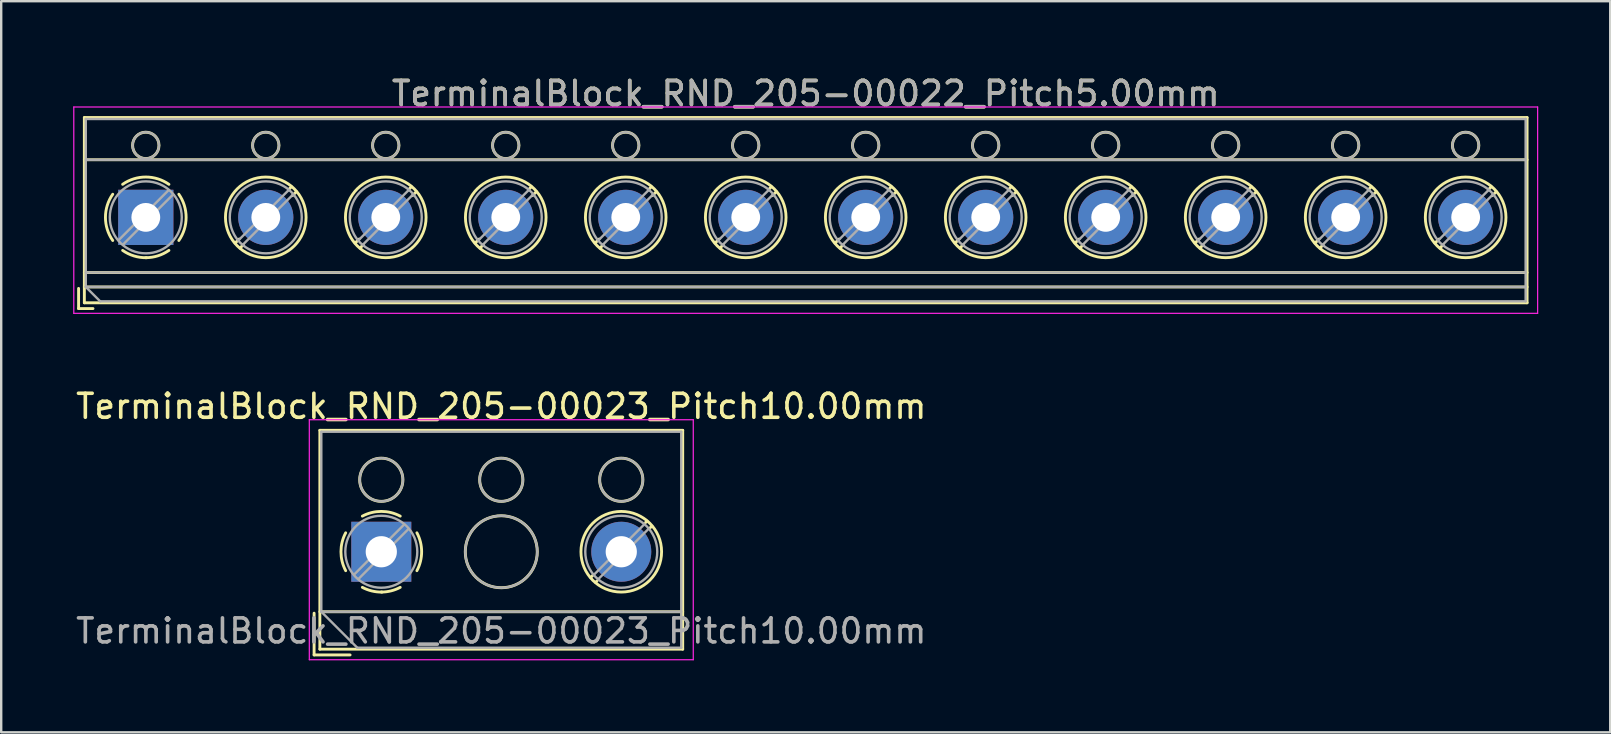
<source format=kicad_pcb>
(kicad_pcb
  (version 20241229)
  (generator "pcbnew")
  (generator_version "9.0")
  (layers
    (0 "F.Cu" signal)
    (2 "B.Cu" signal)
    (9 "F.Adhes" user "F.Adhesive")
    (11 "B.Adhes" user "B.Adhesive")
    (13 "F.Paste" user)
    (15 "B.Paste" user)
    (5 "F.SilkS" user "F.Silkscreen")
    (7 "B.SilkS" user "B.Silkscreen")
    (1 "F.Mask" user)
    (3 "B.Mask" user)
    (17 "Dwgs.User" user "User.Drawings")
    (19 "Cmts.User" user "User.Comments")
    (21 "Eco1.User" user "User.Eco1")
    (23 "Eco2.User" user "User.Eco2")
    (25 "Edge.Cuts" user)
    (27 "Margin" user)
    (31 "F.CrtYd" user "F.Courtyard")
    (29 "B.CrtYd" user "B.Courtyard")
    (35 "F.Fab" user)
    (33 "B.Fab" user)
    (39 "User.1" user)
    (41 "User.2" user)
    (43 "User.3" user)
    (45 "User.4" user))
  (footprint "TerminalBlock_RND_205-00022_Pitch5.00mm"
    (layer "F.Cu")
    (at 3.025 6.008)
    (property "Reference" "TerminalBlock_RND_205-00022_Pitch5.00mm" (at 27.5 -5.16 0) (layer "F.SilkS") (effects (font (size 1 1) (thickness 0.15))))
    (attr through_hole)
    (fp_line (start -2.8 2.96) (end -2.8 3.8) (stroke (width 0.12) (type solid)) (layer "F.SilkS"))
    (fp_line (start -2.8 3.8) (end -2.2 3.8) (stroke (width 0.12) (type solid)) (layer "F.SilkS"))
    (fp_line (start -2.56 -4.16) (end -2.56 3.56) (stroke (width 0.12) (type solid)) (layer "F.SilkS"))
    (fp_line (start -2.56 -2.4) (end 57.56 -2.4) (stroke (width 0.12) (type solid)) (layer "F.SilkS"))
    (fp_line (start -2.56 2.3) (end 57.56 2.3) (stroke (width 0.12) (type solid)) (layer "F.SilkS"))
    (fp_line (start -2.56 2.9) (end 57.56 2.9) (stroke (width 0.12) (type solid)) (layer "F.SilkS"))
    (fp_line (start -2.56 3.56) (end 57.56 3.56) (stroke (width 0.12) (type solid)) (layer "F.SilkS"))
    (fp_line (start 3.89 0.905) (end 3.726 1.069) (stroke (width 0.12) (type solid)) (layer "F.SilkS"))
    (fp_line (start 4.06 1.146) (end 3.931 1.274) (stroke (width 0.12) (type solid)) (layer "F.SilkS"))
    (fp_line (start 6.07 -1.275) (end 5.941 -1.146) (stroke (width 0.12) (type solid)) (layer "F.SilkS"))
    (fp_line (start 6.275 -1.069) (end 6.111 -0.905) (stroke (width 0.12) (type solid)) (layer "F.SilkS"))
    (fp_line (start 8.89 0.905) (end 8.726 1.069) (stroke (width 0.12) (type solid)) (layer "F.SilkS"))
    (fp_line (start 9.06 1.146) (end 8.931 1.274) (stroke (width 0.12) (type solid)) (layer "F.SilkS"))
    (fp_line (start 11.07 -1.275) (end 10.941 -1.146) (stroke (width 0.12) (type solid)) (layer "F.SilkS"))
    (fp_line (start 11.275 -1.069) (end 11.111 -0.905) (stroke (width 0.12) (type solid)) (layer "F.SilkS"))
    (fp_line (start 13.89 0.905) (end 13.726 1.069) (stroke (width 0.12) (type solid)) (layer "F.SilkS"))
    (fp_line (start 14.06 1.146) (end 13.931 1.274) (stroke (width 0.12) (type solid)) (layer "F.SilkS"))
    (fp_line (start 16.07 -1.275) (end 15.941 -1.146) (stroke (width 0.12) (type solid)) (layer "F.SilkS"))
    (fp_line (start 16.275 -1.069) (end 16.111 -0.905) (stroke (width 0.12) (type solid)) (layer "F.SilkS"))
    (fp_line (start 18.89 0.905) (end 18.726 1.069) (stroke (width 0.12) (type solid)) (layer "F.SilkS"))
    (fp_line (start 19.06 1.146) (end 18.931 1.274) (stroke (width 0.12) (type solid)) (layer "F.SilkS"))
    (fp_line (start 21.07 -1.275) (end 20.941 -1.146) (stroke (width 0.12) (type solid)) (layer "F.SilkS"))
    (fp_line (start 21.275 -1.069) (end 21.111 -0.905) (stroke (width 0.12) (type solid)) (layer "F.SilkS"))
    (fp_line (start 23.89 0.905) (end 23.726 1.069) (stroke (width 0.12) (type solid)) (layer "F.SilkS"))
    (fp_line (start 24.06 1.146) (end 23.931 1.274) (stroke (width 0.12) (type solid)) (layer "F.SilkS"))
    (fp_line (start 26.07 -1.275) (end 25.941 -1.146) (stroke (width 0.12) (type solid)) (layer "F.SilkS"))
    (fp_line (start 26.275 -1.069) (end 26.111 -0.905) (stroke (width 0.12) (type solid)) (layer "F.SilkS"))
    (fp_line (start 28.89 0.905) (end 28.726 1.069) (stroke (width 0.12) (type solid)) (layer "F.SilkS"))
    (fp_line (start 29.06 1.146) (end 28.931 1.274) (stroke (width 0.12) (type solid)) (layer "F.SilkS"))
    (fp_line (start 31.07 -1.275) (end 30.941 -1.146) (stroke (width 0.12) (type solid)) (layer "F.SilkS"))
    (fp_line (start 31.275 -1.069) (end 31.111 -0.905) (stroke (width 0.12) (type solid)) (layer "F.SilkS"))
    (fp_line (start 33.89 0.905) (end 33.726 1.069) (stroke (width 0.12) (type solid)) (layer "F.SilkS"))
    (fp_line (start 34.06 1.146) (end 33.931 1.274) (stroke (width 0.12) (type solid)) (layer "F.SilkS"))
    (fp_line (start 36.07 -1.275) (end 35.941 -1.146) (stroke (width 0.12) (type solid)) (layer "F.SilkS"))
    (fp_line (start 36.275 -1.069) (end 36.111 -0.905) (stroke (width 0.12) (type solid)) (layer "F.SilkS"))
    (fp_line (start 38.89 0.905) (end 38.726 1.069) (stroke (width 0.12) (type solid)) (layer "F.SilkS"))
    (fp_line (start 39.06 1.146) (end 38.931 1.274) (stroke (width 0.12) (type solid)) (layer "F.SilkS"))
    (fp_line (start 41.07 -1.275) (end 40.941 -1.146) (stroke (width 0.12) (type solid)) (layer "F.SilkS"))
    (fp_line (start 41.275 -1.069) (end 41.111 -0.905) (stroke (width 0.12) (type solid)) (layer "F.SilkS"))
    (fp_line (start 43.89 0.905) (end 43.726 1.069) (stroke (width 0.12) (type solid)) (layer "F.SilkS"))
    (fp_line (start 44.06 1.146) (end 43.931 1.274) (stroke (width 0.12) (type solid)) (layer "F.SilkS"))
    (fp_line (start 46.07 -1.275) (end 45.941 -1.146) (stroke (width 0.12) (type solid)) (layer "F.SilkS"))
    (fp_line (start 46.275 -1.069) (end 46.111 -0.905) (stroke (width 0.12) (type solid)) (layer "F.SilkS"))
    (fp_line (start 48.89 0.905) (end 48.726 1.069) (stroke (width 0.12) (type solid)) (layer "F.SilkS"))
    (fp_line (start 49.06 1.146) (end 48.931 1.274) (stroke (width 0.12) (type solid)) (layer "F.SilkS"))
    (fp_line (start 51.07 -1.275) (end 50.941 -1.146) (stroke (width 0.12) (type solid)) (layer "F.SilkS"))
    (fp_line (start 51.275 -1.069) (end 51.111 -0.905) (stroke (width 0.12) (type solid)) (layer "F.SilkS"))
    (fp_line (start 53.89 0.905) (end 53.726 1.069) (stroke (width 0.12) (type solid)) (layer "F.SilkS"))
    (fp_line (start 54.06 1.146) (end 53.931 1.274) (stroke (width 0.12) (type solid)) (layer "F.SilkS"))
    (fp_line (start 56.07 -1.275) (end 55.941 -1.146) (stroke (width 0.12) (type solid)) (layer "F.SilkS"))
    (fp_line (start 56.275 -1.069) (end 56.111 -0.905) (stroke (width 0.12) (type solid)) (layer "F.SilkS"))
    (fp_line (start 57.56 -4.16) (end -2.56 -4.16) (stroke (width 0.12) (type solid)) (layer "F.SilkS"))
    (fp_line (start 57.56 3.56) (end 57.56 -4.16) (stroke (width 0.12) (type solid)) (layer "F.SilkS"))
    (fp_arc (start -1.376825 0.964249) (mid -1.6809 0.000152) (end -1.377 -0.964) (stroke (width 0.12) (type solid)) (layer "F.SilkS"))
    (fp_arc (start -0.964249 -1.376825) (mid -0.000152 -1.6809) (end 0.964 -1.377) (stroke (width 0.12) (type solid)) (layer "F.SilkS"))
    (fp_arc (start 0.029488 1.680641) (mid -0.491302 1.607497) (end -0.964 1.377) (stroke (width 0.12) (type solid)) (layer "F.SilkS"))
    (fp_arc (start 0.963608 1.376175) (mid 0.505186 1.602244) (end 0 1.68) (stroke (width 0.12) (type solid)) (layer "F.SilkS"))
    (fp_arc (start 1.376825 -0.964249) (mid 1.6809 -0.000152) (end 1.377 0.964) (stroke (width 0.12) (type solid)) (layer "F.SilkS"))
    (fp_circle (center 0 -3) (end 0.55 -3) (stroke (width 0.12) (type solid)) (fill no) (layer "F.SilkS"))
    (fp_circle (center 5 -3) (end 5.55 -3) (stroke (width 0.12) (type solid)) (fill no) (layer "F.SilkS"))
    (fp_circle (center 5 0) (end 6.68 0) (stroke (width 0.12) (type solid)) (fill no) (layer "F.SilkS"))
    (fp_circle (center 10 -3) (end 10.55 -3) (stroke (width 0.12) (type solid)) (fill no) (layer "F.SilkS"))
    (fp_circle (center 10 0) (end 11.68 0) (stroke (width 0.12) (type solid)) (fill no) (layer "F.SilkS"))
    (fp_circle (center 15 -3) (end 15.55 -3) (stroke (width 0.12) (type solid)) (fill no) (layer "F.SilkS"))
    (fp_circle (center 15 0) (end 16.68 0) (stroke (width 0.12) (type solid)) (fill no) (layer "F.SilkS"))
    (fp_circle (center 20 -3) (end 20.55 -3) (stroke (width 0.12) (type solid)) (fill no) (layer "F.SilkS"))
    (fp_circle (center 20 0) (end 21.68 0) (stroke (width 0.12) (type solid)) (fill no) (layer "F.SilkS"))
    (fp_circle (center 25 -3) (end 25.55 -3) (stroke (width 0.12) (type solid)) (fill no) (layer "F.SilkS"))
    (fp_circle (center 25 0) (end 26.68 0) (stroke (width 0.12) (type solid)) (fill no) (layer "F.SilkS"))
    (fp_circle (center 30 -3) (end 30.55 -3) (stroke (width 0.12) (type solid)) (fill no) (layer "F.SilkS"))
    (fp_circle (center 30 0) (end 31.68 0) (stroke (width 0.12) (type solid)) (fill no) (layer "F.SilkS"))
    (fp_circle (center 35 -3) (end 35.55 -3) (stroke (width 0.12) (type solid)) (fill no) (layer "F.SilkS"))
    (fp_circle (center 35 0) (end 36.68 0) (stroke (width 0.12) (type solid)) (fill no) (layer "F.SilkS"))
    (fp_circle (center 40 -3) (end 40.55 -3) (stroke (width 0.12) (type solid)) (fill no) (layer "F.SilkS"))
    (fp_circle (center 40 0) (end 41.68 0) (stroke (width 0.12) (type solid)) (fill no) (layer "F.SilkS"))
    (fp_circle (center 45 -3) (end 45.55 -3) (stroke (width 0.12) (type solid)) (fill no) (layer "F.SilkS"))
    (fp_circle (center 45 0) (end 46.68 0) (stroke (width 0.12) (type solid)) (fill no) (layer "F.SilkS"))
    (fp_circle (center 50 -3) (end 50.55 -3) (stroke (width 0.12) (type solid)) (fill no) (layer "F.SilkS"))
    (fp_circle (center 50 0) (end 51.68 0) (stroke (width 0.12) (type solid)) (fill no) (layer "F.SilkS"))
    (fp_circle (center 55 -3) (end 55.55 -3) (stroke (width 0.12) (type solid)) (fill no) (layer "F.SilkS"))
    (fp_circle (center 55 0) (end 56.68 0) (stroke (width 0.12) (type solid)) (fill no) (layer "F.SilkS"))
    (fp_line (start -3 -4.6) (end -3 4) (stroke (width 0.05) (type solid)) (layer "F.CrtYd"))
    (fp_line (start -3 4) (end 58 4) (stroke (width 0.05) (type solid)) (layer "F.CrtYd"))
    (fp_line (start 58 -4.6) (end -3 -4.6) (stroke (width 0.05) (type solid)) (layer "F.CrtYd"))
    (fp_line (start 58 4) (end 58 -4.6) (stroke (width 0.05) (type solid)) (layer "F.CrtYd"))
    (fp_line (start -2.5 -4.1) (end 57.5 -4.1) (stroke (width 0.1) (type solid)) (layer "F.Fab"))
    (fp_line (start -2.5 -2.4) (end 57.5 -2.4) (stroke (width 0.1) (type solid)) (layer "F.Fab"))
    (fp_line (start -2.5 2.3) (end 57.5 2.3) (stroke (width 0.1) (type solid)) (layer "F.Fab"))
    (fp_line (start -2.5 2.9) (end -2.5 -4.1) (stroke (width 0.1) (type solid)) (layer "F.Fab"))
    (fp_line (start -2.5 2.9) (end 57.5 2.9) (stroke (width 0.1) (type solid)) (layer "F.Fab"))
    (fp_line (start -1.9 3.5) (end -2.5 2.9) (stroke (width 0.1) (type solid)) (layer "F.Fab"))
    (fp_line (start 0.955 -1.138) (end -1.138 0.955) (stroke (width 0.1) (type solid)) (layer "F.Fab"))
    (fp_line (start 1.138 -0.955) (end -0.955 1.138) (stroke (width 0.1) (type solid)) (layer "F.Fab"))
    (fp_line (start 5.955 -1.138) (end 3.863 0.955) (stroke (width 0.1) (type solid)) (layer "F.Fab"))
    (fp_line (start 6.138 -0.955) (end 4.046 1.138) (stroke (width 0.1) (type solid)) (layer "F.Fab"))
    (fp_line (start 10.955 -1.138) (end 8.863 0.955) (stroke (width 0.1) (type solid)) (layer "F.Fab"))
    (fp_line (start 11.138 -0.955) (end 9.046 1.138) (stroke (width 0.1) (type solid)) (layer "F.Fab"))
    (fp_line (start 15.955 -1.138) (end 13.863 0.955) (stroke (width 0.1) (type solid)) (layer "F.Fab"))
    (fp_line (start 16.138 -0.955) (end 14.046 1.138) (stroke (width 0.1) (type solid)) (layer "F.Fab"))
    (fp_line (start 20.955 -1.138) (end 18.863 0.955) (stroke (width 0.1) (type solid)) (layer "F.Fab"))
    (fp_line (start 21.138 -0.955) (end 19.046 1.138) (stroke (width 0.1) (type solid)) (layer "F.Fab"))
    (fp_line (start 25.955 -1.138) (end 23.863 0.955) (stroke (width 0.1) (type solid)) (layer "F.Fab"))
    (fp_line (start 26.138 -0.955) (end 24.046 1.138) (stroke (width 0.1) (type solid)) (layer "F.Fab"))
    (fp_line (start 30.955 -1.138) (end 28.863 0.955) (stroke (width 0.1) (type solid)) (layer "F.Fab"))
    (fp_line (start 31.138 -0.955) (end 29.046 1.138) (stroke (width 0.1) (type solid)) (layer "F.Fab"))
    (fp_line (start 35.955 -1.138) (end 33.863 0.955) (stroke (width 0.1) (type solid)) (layer "F.Fab"))
    (fp_line (start 36.138 -0.955) (end 34.046 1.138) (stroke (width 0.1) (type solid)) (layer "F.Fab"))
    (fp_line (start 40.955 -1.138) (end 38.863 0.955) (stroke (width 0.1) (type solid)) (layer "F.Fab"))
    (fp_line (start 41.138 -0.955) (end 39.046 1.138) (stroke (width 0.1) (type solid)) (layer "F.Fab"))
    (fp_line (start 45.955 -1.138) (end 43.863 0.955) (stroke (width 0.1) (type solid)) (layer "F.Fab"))
    (fp_line (start 46.138 -0.955) (end 44.046 1.138) (stroke (width 0.1) (type solid)) (layer "F.Fab"))
    (fp_line (start 50.955 -1.138) (end 48.863 0.955) (stroke (width 0.1) (type solid)) (layer "F.Fab"))
    (fp_line (start 51.138 -0.955) (end 49.046 1.138) (stroke (width 0.1) (type solid)) (layer "F.Fab"))
    (fp_line (start 55.955 -1.138) (end 53.863 0.955) (stroke (width 0.1) (type solid)) (layer "F.Fab"))
    (fp_line (start 56.138 -0.955) (end 54.046 1.138) (stroke (width 0.1) (type solid)) (layer "F.Fab"))
    (fp_line (start 57.5 -4.1) (end 57.5 3.5) (stroke (width 0.1) (type solid)) (layer "F.Fab"))
    (fp_line (start 57.5 3.5) (end -1.9 3.5) (stroke (width 0.1) (type solid)) (layer "F.Fab"))
    (fp_circle (center 0 -3) (end 0.55 -3) (stroke (width 0.1) (type solid)) (fill no) (layer "F.Fab"))
    (fp_circle (center 0 0) (end 1.5 0) (stroke (width 0.1) (type solid)) (fill no) (layer "F.Fab"))
    (fp_circle (center 5 -3) (end 5.55 -3) (stroke (width 0.1) (type solid)) (fill no) (layer "F.Fab"))
    (fp_circle (center 5 0) (end 6.5 0) (stroke (width 0.1) (type solid)) (fill no) (layer "F.Fab"))
    (fp_circle (center 10 -3) (end 10.55 -3) (stroke (width 0.1) (type solid)) (fill no) (layer "F.Fab"))
    (fp_circle (center 10 0) (end 11.5 0) (stroke (width 0.1) (type solid)) (fill no) (layer "F.Fab"))
    (fp_circle (center 15 -3) (end 15.55 -3) (stroke (width 0.1) (type solid)) (fill no) (layer "F.Fab"))
    (fp_circle (center 15 0) (end 16.5 0) (stroke (width 0.1) (type solid)) (fill no) (layer "F.Fab"))
    (fp_circle (center 20 -3) (end 20.55 -3) (stroke (width 0.1) (type solid)) (fill no) (layer "F.Fab"))
    (fp_circle (center 20 0) (end 21.5 0) (stroke (width 0.1) (type solid)) (fill no) (layer "F.Fab"))
    (fp_circle (center 25 -3) (end 25.55 -3) (stroke (width 0.1) (type solid)) (fill no) (layer "F.Fab"))
    (fp_circle (center 25 0) (end 26.5 0) (stroke (width 0.1) (type solid)) (fill no) (layer "F.Fab"))
    (fp_circle (center 30 -3) (end 30.55 -3) (stroke (width 0.1) (type solid)) (fill no) (layer "F.Fab"))
    (fp_circle (center 30 0) (end 31.5 0) (stroke (width 0.1) (type solid)) (fill no) (layer "F.Fab"))
    (fp_circle (center 35 -3) (end 35.55 -3) (stroke (width 0.1) (type solid)) (fill no) (layer "F.Fab"))
    (fp_circle (center 35 0) (end 36.5 0) (stroke (width 0.1) (type solid)) (fill no) (layer "F.Fab"))
    (fp_circle (center 40 -3) (end 40.55 -3) (stroke (width 0.1) (type solid)) (fill no) (layer "F.Fab"))
    (fp_circle (center 40 0) (end 41.5 0) (stroke (width 0.1) (type solid)) (fill no) (layer "F.Fab"))
    (fp_circle (center 45 -3) (end 45.55 -3) (stroke (width 0.1) (type solid)) (fill no) (layer "F.Fab"))
    (fp_circle (center 45 0) (end 46.5 0) (stroke (width 0.1) (type solid)) (fill no) (layer "F.Fab"))
    (fp_circle (center 50 -3) (end 50.55 -3) (stroke (width 0.1) (type solid)) (fill no) (layer "F.Fab"))
    (fp_circle (center 50 0) (end 51.5 0) (stroke (width 0.1) (type solid)) (fill no) (layer "F.Fab"))
    (fp_circle (center 55 -3) (end 55.55 -3) (stroke (width 0.1) (type solid)) (fill no) (layer "F.Fab"))
    (fp_circle (center 55 0) (end 56.5 0) (stroke (width 0.1) (type solid)) (fill no) (layer "F.Fab"))
    (fp_text user "${REFERENCE}" (at 27.5 -5.16 0) (layer "F.Fab") (effects (font (size 1 1) (thickness 0.15))))
    (pad "1" thru_hole rect (at 0 0) (size 2.3 2.3) (drill 1.2) (layers "*.Cu" "*.Mask"))
    (pad "2" thru_hole circle (at 5 0) (size 2.3 2.3) (drill 1.2) (layers "*.Cu" "*.Mask"))
    (pad "3" thru_hole circle (at 10 0) (size 2.3 2.3) (drill 1.2) (layers "*.Cu" "*.Mask"))
    (pad "4" thru_hole circle (at 15 0) (size 2.3 2.3) (drill 1.2) (layers "*.Cu" "*.Mask"))
    (pad "5" thru_hole circle (at 20 0) (size 2.3 2.3) (drill 1.2) (layers "*.Cu" "*.Mask"))
    (pad "6" thru_hole circle (at 25 0) (size 2.3 2.3) (drill 1.2) (layers "*.Cu" "*.Mask"))
    (pad "7" thru_hole circle (at 30 0) (size 2.3 2.3) (drill 1.2) (layers "*.Cu" "*.Mask"))
    (pad "8" thru_hole circle (at 35 0) (size 2.3 2.3) (drill 1.2) (layers "*.Cu" "*.Mask"))
    (pad "9" thru_hole circle (at 40 0) (size 2.3 2.3) (drill 1.2) (layers "*.Cu" "*.Mask"))
    (pad "10" thru_hole circle (at 45 0) (size 2.3 2.3) (drill 1.2) (layers "*.Cu" "*.Mask"))
    (pad "11" thru_hole circle (at 50 0) (size 2.3 2.3) (drill 1.2) (layers "*.Cu" "*.Mask"))
    (pad "12" thru_hole circle (at 55 0) (size 2.3 2.3) (drill 1.2) (layers "*.Cu" "*.Mask")))
  (footprint "TerminalBlock_RND_205-00023_Pitch10.00mm"
    (layer "F.Cu")
    (at 12.839 19.942)
    (property "Reference" "TerminalBlock_RND_205-00023_Pitch10.00mm" (at 5 -6.06 0) (layer "F.SilkS") (effects (font (size 1 1) (thickness 0.15))))
    (attr through_hole)
    (fp_line (start -2.8 2.56) (end -2.8 4.3) (stroke (width 0.12) (type solid)) (layer "F.SilkS"))
    (fp_line (start -2.8 4.3) (end -1.3 4.3) (stroke (width 0.12) (type solid)) (layer "F.SilkS"))
    (fp_line (start -2.56 -5.06) (end -2.56 4.06) (stroke (width 0.12) (type solid)) (layer "F.SilkS"))
    (fp_line (start -2.56 2.5) (end 12.56 2.5) (stroke (width 0.12) (type solid)) (layer "F.SilkS"))
    (fp_line (start -2.56 4.06) (end 12.56 4.06) (stroke (width 0.12) (type solid)) (layer "F.SilkS"))
    (fp_line (start 8.82 0.976) (end 8.726 1.069) (stroke (width 0.12) (type solid)) (layer "F.SilkS"))
    (fp_line (start 8.99 1.216) (end 8.931 1.274) (stroke (width 0.12) (type solid)) (layer "F.SilkS"))
    (fp_line (start 11.07 -1.275) (end 11.011 -1.216) (stroke (width 0.12) (type solid)) (layer "F.SilkS"))
    (fp_line (start 11.275 -1.069) (end 11.181 -0.976) (stroke (width 0.12) (type solid)) (layer "F.SilkS"))
    (fp_line (start 12.56 -5.06) (end -2.56 -5.06) (stroke (width 0.12) (type solid)) (layer "F.SilkS"))
    (fp_line (start 12.56 4.06) (end 12.56 -5.06) (stroke (width 0.12) (type solid)) (layer "F.SilkS"))
    (fp_arc (start -1.483953 0.789089) (mid -1.680708 0.00005) (end -1.484 -0.789) (stroke (width 0.12) (type solid)) (layer "F.SilkS"))
    (fp_arc (start -0.789089 -1.483953) (mid -0.00005 -1.680708) (end 0.789 -1.484) (stroke (width 0.12) (type solid)) (layer "F.SilkS"))
    (fp_arc (start 0.029383 1.68045) (mid -0.392304 1.634281) (end -0.789 1.484) (stroke (width 0.12) (type solid)) (layer "F.SilkS"))
    (fp_arc (start 0.788712 1.483352) (mid 0.406429 1.630097) (end 0 1.68) (stroke (width 0.12) (type solid)) (layer "F.SilkS"))
    (fp_arc (start 1.483953 -0.789089) (mid 1.680708 -0.00005) (end 1.484 0.789) (stroke (width 0.12) (type solid)) (layer "F.SilkS"))
    (fp_circle (center 0 -3) (end 0.9 -3) (stroke (width 0.12) (type solid)) (fill no) (layer "F.SilkS"))
    (fp_circle (center 5 -3) (end 5.9 -3) (stroke (width 0.12) (type solid)) (fill no) (layer "F.SilkS"))
    (fp_circle (center 5 0) (end 6.5 0) (stroke (width 0.12) (type solid)) (fill no) (layer "F.SilkS"))
    (fp_circle (center 10 -3) (end 10.9 -3) (stroke (width 0.12) (type solid)) (fill no) (layer "F.SilkS"))
    (fp_circle (center 10 0) (end 11.68 0) (stroke (width 0.12) (type solid)) (fill no) (layer "F.SilkS"))
    (fp_line (start -3 -5.5) (end -3 4.5) (stroke (width 0.05) (type solid)) (layer "F.CrtYd"))
    (fp_line (start -3 4.5) (end 13 4.5) (stroke (width 0.05) (type solid)) (layer "F.CrtYd"))
    (fp_line (start 13 -5.5) (end -3 -5.5) (stroke (width 0.05) (type solid)) (layer "F.CrtYd"))
    (fp_line (start 13 4.5) (end 13 -5.5) (stroke (width 0.05) (type solid)) (layer "F.CrtYd"))
    (fp_line (start -2.5 -5) (end 12.5 -5) (stroke (width 0.1) (type solid)) (layer "F.Fab"))
    (fp_line (start -2.5 2.5) (end -2.5 -5) (stroke (width 0.1) (type solid)) (layer "F.Fab"))
    (fp_line (start -2.5 2.5) (end 12.5 2.5) (stroke (width 0.1) (type solid)) (layer "F.Fab"))
    (fp_line (start -1 4) (end -2.5 2.5) (stroke (width 0.1) (type solid)) (layer "F.Fab"))
    (fp_line (start 0.955 -1.138) (end -1.138 0.955) (stroke (width 0.1) (type solid)) (layer "F.Fab"))
    (fp_line (start 1.138 -0.955) (end -0.955 1.138) (stroke (width 0.1) (type solid)) (layer "F.Fab"))
    (fp_line (start 10.955 -1.138) (end 8.863 0.955) (stroke (width 0.1) (type solid)) (layer "F.Fab"))
    (fp_line (start 11.138 -0.955) (end 9.046 1.138) (stroke (width 0.1) (type solid)) (layer "F.Fab"))
    (fp_line (start 12.5 -5) (end 12.5 4) (stroke (width 0.1) (type solid)) (layer "F.Fab"))
    (fp_line (start 12.5 4) (end -1 4) (stroke (width 0.1) (type solid)) (layer "F.Fab"))
    (fp_circle (center 0 -3) (end 0.9 -3) (stroke (width 0.1) (type solid)) (fill no) (layer "F.Fab"))
    (fp_circle (center 0 0) (end 1.5 0) (stroke (width 0.1) (type solid)) (fill no) (layer "F.Fab"))
    (fp_circle (center 5 -3) (end 5.9 -3) (stroke (width 0.1) (type solid)) (fill no) (layer "F.Fab"))
    (fp_circle (center 5 0) (end 6.5 0) (stroke (width 0.1) (type solid)) (fill no) (layer "F.Fab"))
    (fp_circle (center 10 -3) (end 10.9 -3) (stroke (width 0.1) (type solid)) (fill no) (layer "F.Fab"))
    (fp_circle (center 10 0) (end 11.5 0) (stroke (width 0.1) (type solid)) (fill no) (layer "F.Fab"))
    (fp_text user "${REFERENCE}" (at 5 3.3 0) (layer "F.Fab") (effects (font (size 1 1) (thickness 0.15))))
    (pad "1" thru_hole rect (at 0 0) (size 2.5 2.5) (drill 1.3) (layers "*.Cu" "*.Mask"))
    (pad "2" thru_hole circle (at 10 0) (size 2.5 2.5) (drill 1.3) (layers "*.Cu" "*.Mask")))
  (gr_rect
    (start -3 -3)
    (end 64.05 27.466)
    (stroke (width 0.1) (type default))
    (fill no)
    (layer "Edge.Cuts")))
</source>
